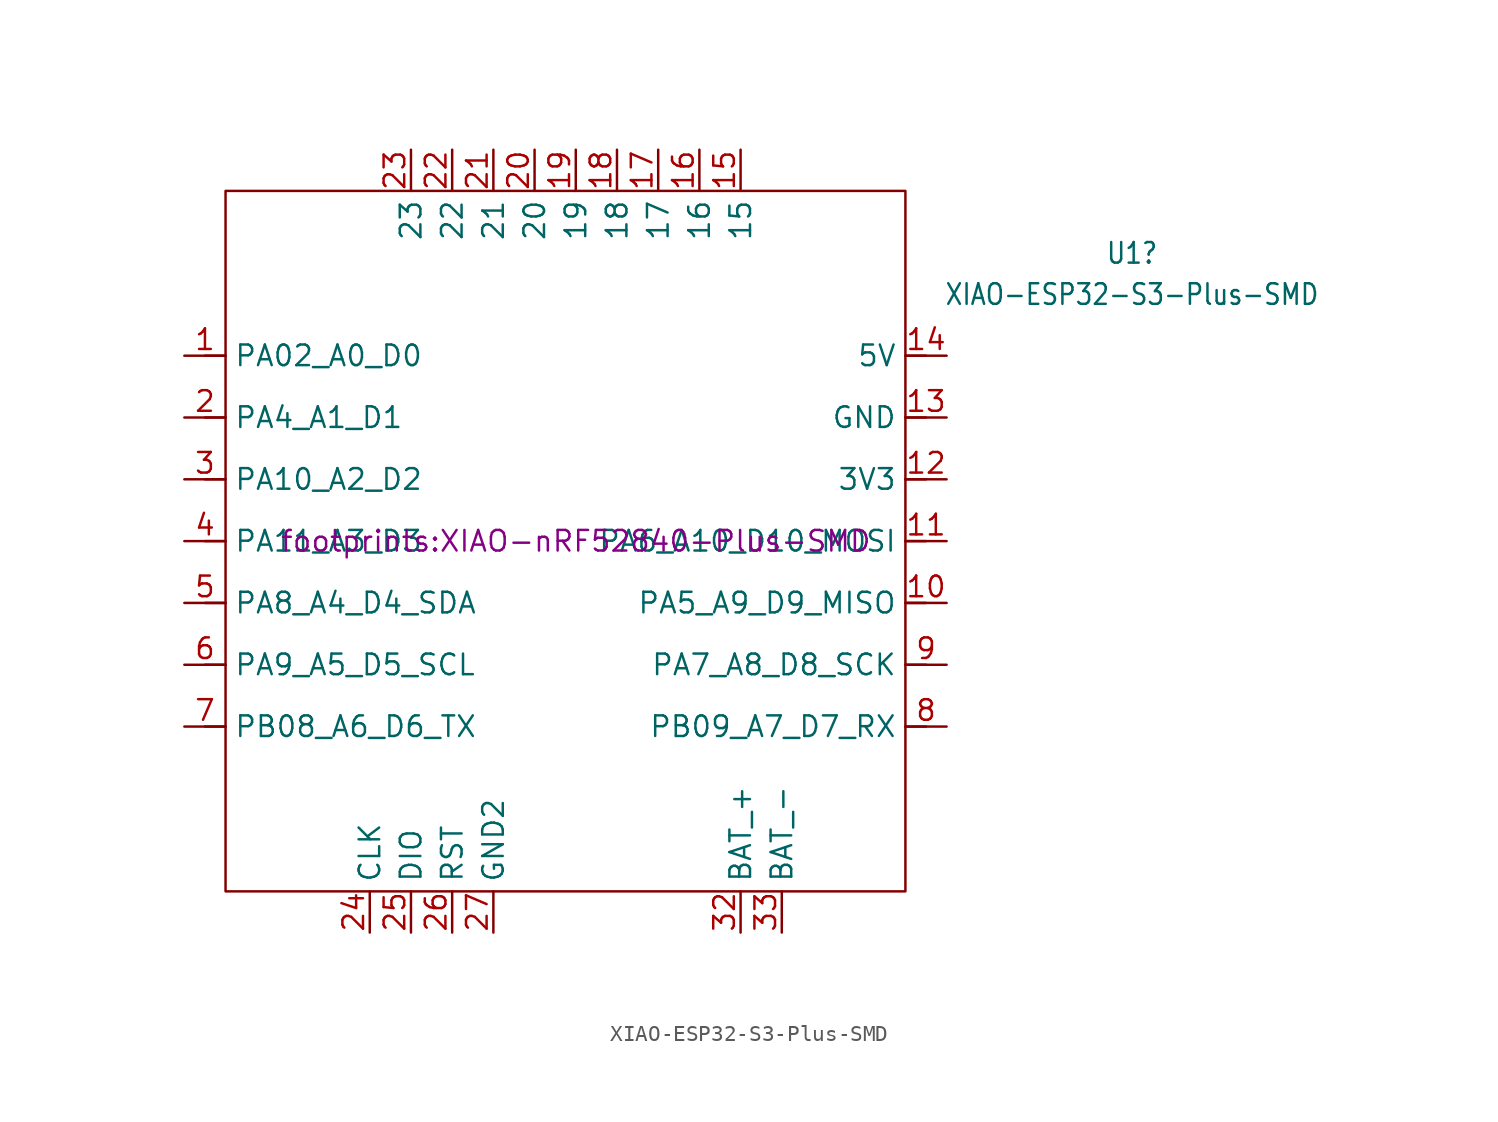
<source format=kicad_sym>
(kicad_symbol_lib
  (version 20241209)
  (generator "kicad_symbol_editor")
  (generator_version "9.0")
  (symbol "XIAO-ESP32-S3-Plus-SMD"
    (property "Reference" "U1"
      (at 34.29 17.749 0)
      (effects (font (size 1.27 1.079))))
    (property "Value" "XIAO-ESP32-S3-Plus-SMD"
      (at 34.29 15.209 0)
      (effects (font (size 1.27 1.079))))
    (property "Footprint" "footprints:XIAO-nRF52840-Plus-SMD"
      (at 0 0 0)
      (effects (font (size 1.27 1.27))))
    (symbol "XIAO-ESP32-S3-Plus-SMD_0_1"
      (rectangle (start -21.59 21.59) (end 20.32 -21.59) (stroke (width 0) (type default)) (fill (type none))))
    (symbol "XIAO-ESP32-S3-Plus-SMD_1_0"
      (polyline (pts (xy -21.59 11.43) (xy -22.86 11.43)) (stroke (width 0.152) (type solid)) (fill (type none)))
      (polyline (pts (xy -21.59 7.62) (xy -22.86 7.62)) (stroke (width 0.152) (type solid)) (fill (type none)))
      (polyline (pts (xy -21.59 3.81) (xy -22.86 3.81)) (stroke (width 0.152) (type solid)) (fill (type none)))
      (polyline (pts (xy -21.59 0) (xy -22.86 0)) (stroke (width 0.152) (type solid)) (fill (type none)))
      (polyline (pts (xy -21.59 -3.81) (xy -22.86 -3.81)) (stroke (width 0.152) (type solid)) (fill (type none)))
      (polyline (pts (xy -21.59 -7.62) (xy -22.86 -7.62)) (stroke (width 0.152) (type solid)) (fill (type none)))
      (polyline (pts (xy -21.59 -11.43) (xy -22.86 -11.43)) (stroke (width 0.152) (type solid)) (fill (type none)))
      (polyline (pts (xy 21.59 11.43) (xy 20.32 11.43)) (stroke (width 0.152) (type solid)) (fill (type none)))
      (polyline (pts (xy 21.59 7.62) (xy 20.32 7.62)) (stroke (width 0.152) (type solid)) (fill (type none)))
      (polyline (pts (xy 21.59 3.81) (xy 20.32 3.81)) (stroke (width 0.152) (type solid)) (fill (type none)))
      (polyline (pts (xy 21.59 0) (xy 20.32 0)) (stroke (width 0.152) (type solid)) (fill (type none)))
      (polyline (pts (xy 21.59 -3.81) (xy 20.32 -3.81)) (stroke (width 0.152) (type solid)) (fill (type none)))
      (polyline (pts (xy 21.59 -7.62) (xy 20.32 -7.62)) (stroke (width 0.152) (type solid)) (fill (type none)))
      (polyline (pts (xy 21.59 -11.43) (xy 20.32 -11.43)) (stroke (width 0.152) (type solid)) (fill (type none)))
      (pin passive line (at -24.13 11.43 0) (length 2.54) (name "PA02_A0_D0" (effects (font (size 1.27 1.27)))) (number "1" (effects (font (size 1.27 1.27)))))
      (pin passive line (at -24.13 7.62 0) (length 2.54) (name "PA4_A1_D1" (effects (font (size 1.27 1.27)))) (number "2" (effects (font (size 1.27 1.27)))))
      (pin passive line (at -24.13 3.81 0) (length 2.54) (name "PA10_A2_D2" (effects (font (size 1.27 1.27)))) (number "3" (effects (font (size 1.27 1.27)))))
      (pin passive line (at -24.13 0 0) (length 2.54) (name "PA11_A3_D3" (effects (font (size 1.27 1.27)))) (number "4" (effects (font (size 1.27 1.27)))))
      (pin passive line (at -24.13 -3.81 0) (length 2.54) (name "PA8_A4_D4_SDA" (effects (font (size 1.27 1.27)))) (number "5" (effects (font (size 1.27 1.27)))))
      (pin passive line (at -24.13 -7.62 0) (length 2.54) (name "PA9_A5_D5_SCL" (effects (font (size 1.27 1.27)))) (number "6" (effects (font (size 1.27 1.27)))))
      (pin passive line (at -24.13 -11.43 0) (length 2.54) (name "PB08_A6_D6_TX" (effects (font (size 1.27 1.27)))) (number "7" (effects (font (size 1.27 1.27)))))
      (pin passive line (at 22.86 11.43 180) (length 2.54) (name "5V" (effects (font (size 1.27 1.27)))) (number "14" (effects (font (size 1.27 1.27)))))
      (pin passive line (at 22.86 7.62 180) (length 2.54) (name "GND" (effects (font (size 1.27 1.27)))) (number "13" (effects (font (size 1.27 1.27)))))
      (pin passive line (at 22.86 3.81 180) (length 2.54) (name "3V3" (effects (font (size 1.27 1.27)))) (number "12" (effects (font (size 1.27 1.27)))))
      (pin passive line (at 22.86 0 180) (length 2.54) (name "PA6_A10_D10_MOSI" (effects (font (size 1.27 1.27)))) (number "11" (effects (font (size 1.27 1.27)))))
      (pin passive line (at 22.86 -3.81 180) (length 2.54) (name "PA5_A9_D9_MISO" (effects (font (size 1.27 1.27)))) (number "10" (effects (font (size 1.27 1.27)))))
      (pin passive line (at 22.86 -7.62 180) (length 2.54) (name "PA7_A8_D8_SCK" (effects (font (size 1.27 1.27)))) (number "9" (effects (font (size 1.27 1.27)))))
      (pin passive line (at 22.86 -11.43 180) (length 2.54) (name "PB09_A7_D7_RX" (effects (font (size 1.27 1.27)))) (number "8" (effects (font (size 1.27 1.27))))))
    (symbol "XIAO-ESP32-S3-Plus-SMD_1_1"
      (pin passive line (at -12.7 -24.13 90) (length 2.54) (name "CLK" (effects (font (size 1.27 1.27)))) (number "24" (effects (font (size 1.27 1.27)))))
      (pin passive line (at -10.16 24.13 270) (length 2.54) (name "23" (effects (font (size 1.27 1.27)))) (number "23" (effects (font (size 1.27 1.27)))))
      (pin passive line (at -10.16 -24.13 90) (length 2.54) (name "DIO" (effects (font (size 1.27 1.27)))) (number "25" (effects (font (size 1.27 1.27)))))
      (pin passive line (at -7.62 24.13 270) (length 2.54) (name "22" (effects (font (size 1.27 1.27)))) (number "22" (effects (font (size 1.27 1.27)))))
      (pin passive line (at -7.62 -24.13 90) (length 2.54) (name "RST" (effects (font (size 1.27 1.27)))) (number "26" (effects (font (size 1.27 1.27)))))
      (pin passive line (at -5.08 24.13 270) (length 2.54) (name "21" (effects (font (size 1.27 1.27)))) (number "21" (effects (font (size 1.27 1.27)))))
      (pin passive line (at -5.08 -24.13 90) (length 2.54) (name "GND2" (effects (font (size 1.27 1.27)))) (number "27" (effects (font (size 1.27 1.27)))))
      (pin passive line (at -2.54 24.13 270) (length 2.54) (name "20" (effects (font (size 1.27 1.27)))) (number "20" (effects (font (size 1.27 1.27)))))
      (pin passive line (at 0 24.13 270) (length 2.54) (name "19" (effects (font (size 1.27 1.27)))) (number "19" (effects (font (size 1.27 1.27)))))
      (pin passive line (at 2.54 24.13 270) (length 2.54) (name "18" (effects (font (size 1.27 1.27)))) (number "18" (effects (font (size 1.27 1.27)))))
      (pin passive line (at 5.08 24.13 270) (length 2.54) (name "17" (effects (font (size 1.27 1.27)))) (number "17" (effects (font (size 1.27 1.27)))))
      (pin passive line (at 7.62 24.13 270) (length 2.54) (name "16" (effects (font (size 1.27 1.27)))) (number "16" (effects (font (size 1.27 1.27)))))
      (pin passive line (at 10.16 24.13 270) (length 2.54) (name "15" (effects (font (size 1.27 1.27)))) (number "15" (effects (font (size 1.27 1.27)))))
      (pin passive line (at 10.16 -24.13 90) (length 2.54) (name "BAT_+" (effects (font (size 1.27 1.27)))) (number "32" (effects (font (size 1.27 1.27)))))
      (pin passive line (at 12.7 -24.13 90) (length 2.54) (name "BAT_-" (effects (font (size 1.27 1.27)))) (number "33" (effects (font (size 1.27 1.27))))))))
</source>
